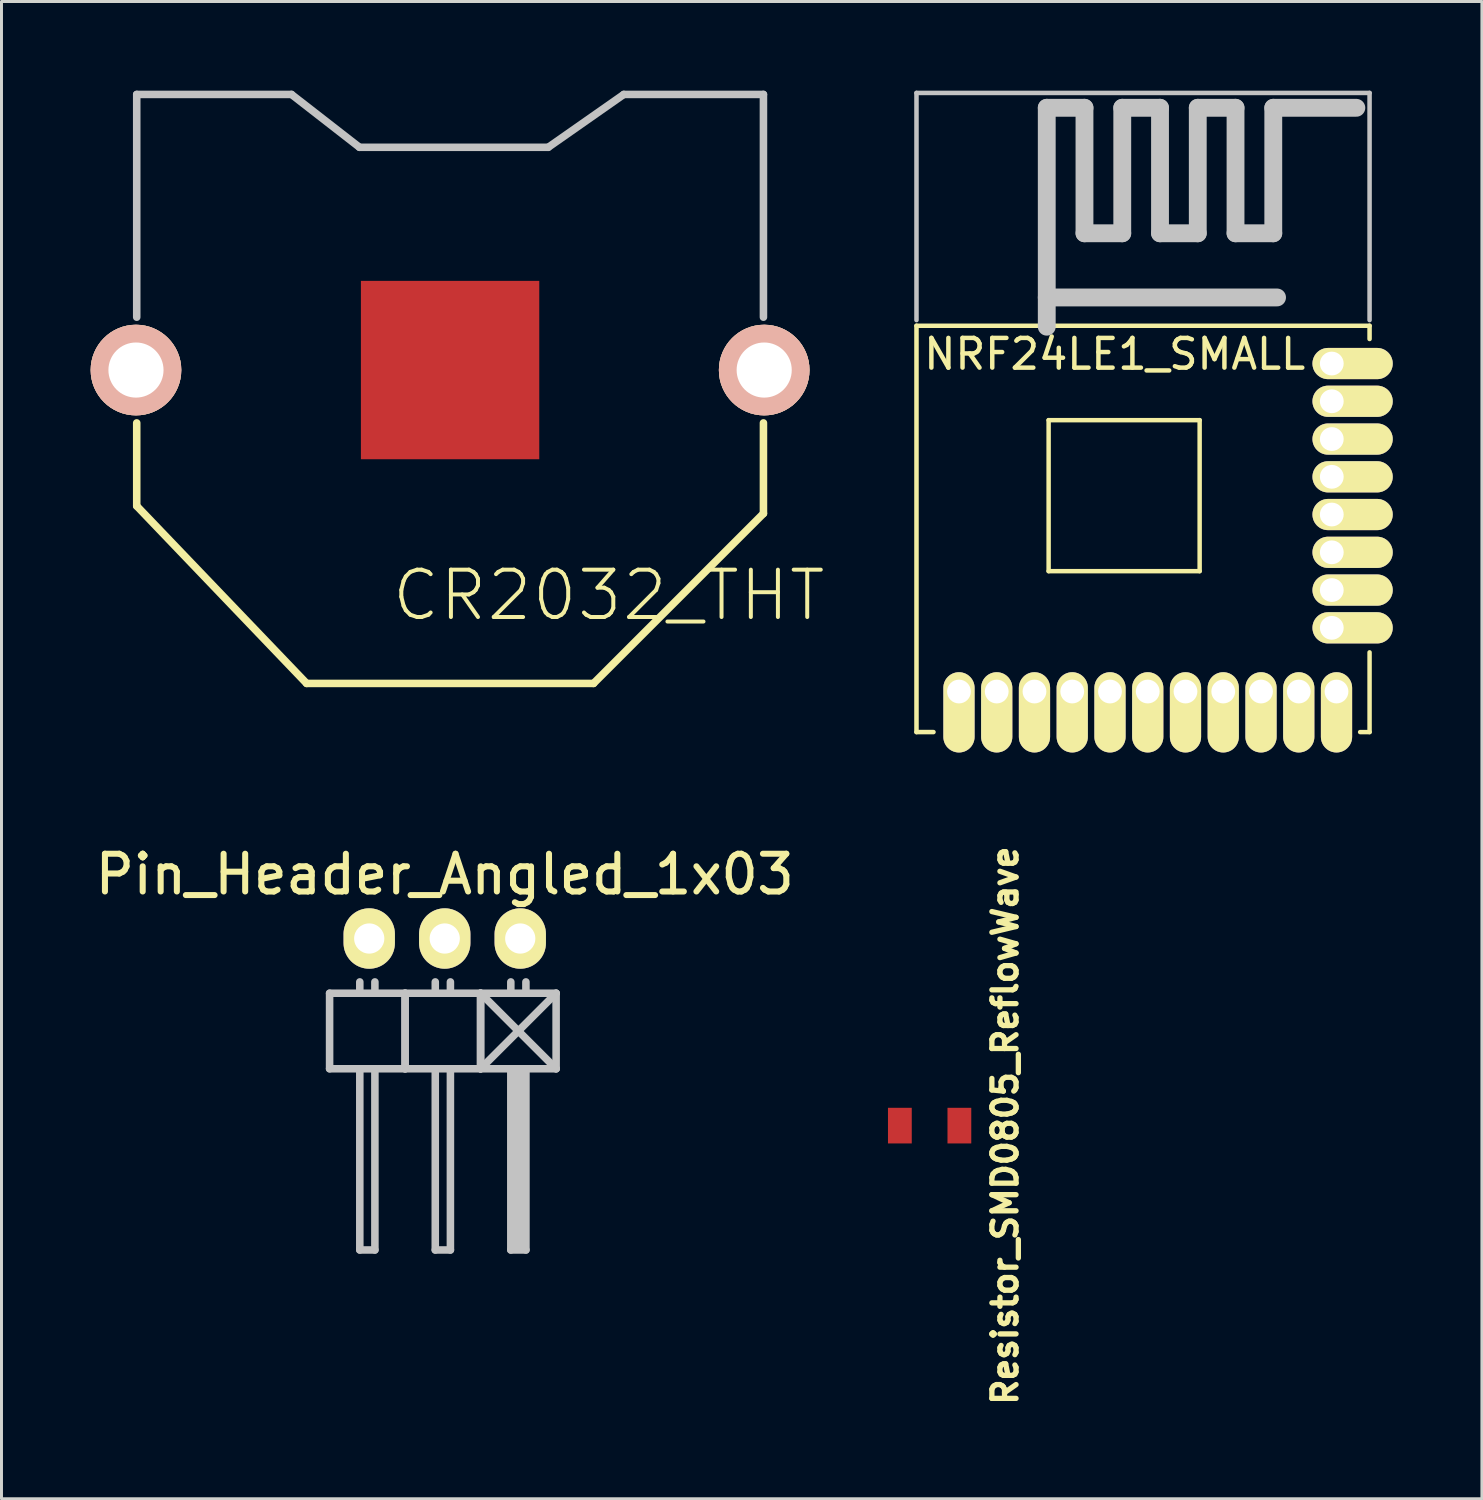
<source format=kicad_pcb>
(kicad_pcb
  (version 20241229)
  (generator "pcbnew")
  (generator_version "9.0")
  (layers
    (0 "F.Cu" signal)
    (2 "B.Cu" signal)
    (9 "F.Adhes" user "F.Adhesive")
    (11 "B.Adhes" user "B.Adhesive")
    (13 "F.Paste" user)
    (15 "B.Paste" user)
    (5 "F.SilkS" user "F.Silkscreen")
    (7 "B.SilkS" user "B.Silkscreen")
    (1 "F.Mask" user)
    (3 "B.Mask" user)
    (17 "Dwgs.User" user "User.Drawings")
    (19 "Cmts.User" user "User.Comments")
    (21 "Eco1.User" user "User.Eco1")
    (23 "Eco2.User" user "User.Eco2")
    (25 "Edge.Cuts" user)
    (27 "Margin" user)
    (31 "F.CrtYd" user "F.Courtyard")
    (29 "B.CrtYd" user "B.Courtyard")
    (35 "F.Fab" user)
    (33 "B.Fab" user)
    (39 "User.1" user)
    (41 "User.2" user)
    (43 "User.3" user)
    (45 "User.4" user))
  (footprint "Resistor_SMD0805_ReflowWave"
    (layer "F.Cu")
    (at 28.221 34.814)
    (property "Reference" "Resistor_SMD0805_ReflowWave" (at 2.54 0 90) (layer "F.SilkS") (effects (font (size 0.813 0.813) (thickness 0.178))))
    (attr smd)
    (pad "1" smd rect (at -1.001 0) (size 0.8 1.199) (layers "F.Cu" "F.Mask" "F.Paste"))
    (pad "2" smd rect (at 1.001 0) (size 0.8 1.199) (layers "F.Cu" "F.Mask" "F.Paste")))
  (footprint "NRF24LE1_SMALL"
    (layer "F.Cu")
    (at 35.717 14.576)
    (property "Reference" "NRF24LE1_SMALL" (at -1.27 -5.715 0) (layer "F.SilkS") (effects (font (size 1 1) (thickness 0.15))))
    (attr through_hole)
    (fp_line (start -7.938 -6.668) (end 7.303 -6.668) (stroke (width 0.15) (type solid)) (layer "F.SilkS"))
    (fp_line (start -7.938 7) (end -7.938 -6.668) (stroke (width 0.152) (type solid)) (layer "F.SilkS"))
    (fp_line (start -7.366 7) (end -7.938 7) (stroke (width 0.152) (type solid)) (layer "F.SilkS"))
    (fp_line (start -3.493 -3.493) (end -3.493 1.587) (stroke (width 0.15) (type solid)) (layer "F.SilkS"))
    (fp_line (start -3.493 1.587) (end 1.587 1.587) (stroke (width 0.15) (type solid)) (layer "F.SilkS"))
    (fp_line (start 1.587 -3.493) (end -3.493 -3.493) (stroke (width 0.15) (type solid)) (layer "F.SilkS"))
    (fp_line (start 1.587 1.587) (end 1.587 -3.493) (stroke (width 0.15) (type solid)) (layer "F.SilkS"))
    (fp_line (start 7.303 -6.668) (end 7.303 -6.223) (stroke (width 0.152) (type solid)) (layer "F.SilkS"))
    (fp_line (start 7.303 4.318) (end 7.303 7) (stroke (width 0.15) (type solid)) (layer "F.SilkS"))
    (fp_line (start 7.303 7) (end 6.985 7) (stroke (width 0.15) (type solid)) (layer "F.SilkS"))
    (fp_line (start -7.938 -14.5) (end 7.303 -14.5) (stroke (width 0.152) (type solid)) (layer "Dwgs.User"))
    (fp_line (start -7.938 -6.858) (end -7.938 -14.5) (stroke (width 0.152) (type solid)) (layer "Dwgs.User"))
    (fp_line (start -3.556 -14) (end -3.556 -6.636) (stroke (width 0.6) (type solid)) (layer "Dwgs.User"))
    (fp_line (start -3.556 -14) (end -2.286 -14) (stroke (width 0.6) (type solid)) (layer "Dwgs.User"))
    (fp_line (start -3.556 -7.62) (end 4.191 -7.62) (stroke (width 0.6) (type solid)) (layer "Dwgs.User"))
    (fp_line (start -2.287 -14) (end -2.287 -9.779) (stroke (width 0.6) (type solid)) (layer "Dwgs.User"))
    (fp_line (start -2.286 -9.779) (end -1.016 -9.779) (stroke (width 0.6) (type solid)) (layer "Dwgs.User"))
    (fp_line (start -1.016 -14) (end -1.016 -9.779) (stroke (width 0.6) (type solid)) (layer "Dwgs.User"))
    (fp_line (start -1.016 -14) (end 0.254 -14) (stroke (width 0.6) (type solid)) (layer "Dwgs.User"))
    (fp_line (start 0.254 -14) (end 0.254 -9.779) (stroke (width 0.6) (type solid)) (layer "Dwgs.User"))
    (fp_line (start 0.254 -9.779) (end 1.524 -9.779) (stroke (width 0.6) (type solid)) (layer "Dwgs.User"))
    (fp_line (start 1.524 -14) (end 2.794 -14) (stroke (width 0.6) (type solid)) (layer "Dwgs.User"))
    (fp_line (start 1.524 -9.779) (end 1.524 -14) (stroke (width 0.6) (type solid)) (layer "Dwgs.User"))
    (fp_line (start 2.794 -14) (end 2.794 -9.779) (stroke (width 0.6) (type solid)) (layer "Dwgs.User"))
    (fp_line (start 2.794 -9.779) (end 4.064 -9.779) (stroke (width 0.6) (type solid)) (layer "Dwgs.User"))
    (fp_line (start 4.064 -14) (end 6.858 -14) (stroke (width 0.6) (type solid)) (layer "Dwgs.User"))
    (fp_line (start 4.064 -9.779) (end 4.064 -14) (stroke (width 0.6) (type solid)) (layer "Dwgs.User"))
    (fp_line (start 7.303 -14.5) (end 7.303 -6.858) (stroke (width 0.152) (type solid)) (layer "Dwgs.User"))
    (pad "1" thru_hole oval (at -6.509 5.636) (size 1.05 2.7) (drill 0.8 (offset 0 0.7)) (layers "*.Cu" "*.Mask" "F.SilkS"))
    (pad "2" thru_hole oval (at -5.239 5.636) (size 1.05 2.7) (drill 0.8 (offset 0 0.7)) (layers "*.Cu" "*.Mask" "F.SilkS"))
    (pad "3" thru_hole oval (at -3.969 5.636) (size 1.05 2.7) (drill 0.8 (offset 0 0.7)) (layers "*.Cu" "*.Mask" "F.SilkS"))
    (pad "4" thru_hole oval (at -2.699 5.636) (size 1.05 2.7) (drill 0.8 (offset 0 0.7)) (layers "*.Cu" "*.Mask" "F.SilkS"))
    (pad "5" thru_hole oval (at -1.429 5.636) (size 1.05 2.7) (drill 0.8 (offset 0 0.7)) (layers "*.Cu" "*.Mask" "F.SilkS"))
    (pad "6" thru_hole oval (at -0.159 5.636) (size 1.05 2.7) (drill 0.8 (offset 0 0.7)) (layers "*.Cu" "*.Mask" "F.SilkS"))
    (pad "7" thru_hole oval (at 1.111 5.636) (size 1.05 2.7) (drill 0.8 (offset 0 0.7)) (layers "*.Cu" "*.Mask" "F.SilkS"))
    (pad "8" thru_hole oval (at 2.381 5.636) (size 1.05 2.7) (drill 0.8 (offset 0 0.7)) (layers "*.Cu" "*.Mask" "F.SilkS"))
    (pad "9" thru_hole oval (at 3.651 5.636) (size 1.05 2.7) (drill 0.8 (offset 0 0.7)) (layers "*.Cu" "*.Mask" "F.SilkS"))
    (pad "10" thru_hole oval (at 4.921 5.636) (size 1.05 2.7) (drill 0.8 (offset 0 0.7)) (layers "*.Cu" "*.Mask" "F.SilkS"))
    (pad "11" thru_hole oval (at 6.191 5.636) (size 1.05 2.7) (drill 0.8 (offset 0 0.7)) (layers "*.Cu" "*.Mask" "F.SilkS"))
    (pad "12" thru_hole oval (at 6.032 3.493 90) (size 1.05 2.7) (drill 0.8 (offset 0 0.7)) (layers "*.Cu" "*.Mask" "F.SilkS"))
    (pad "13" thru_hole oval (at 6.032 2.223 90) (size 1.05 2.7) (drill 0.8 (offset 0 0.7)) (layers "*.Cu" "*.Mask" "F.SilkS"))
    (pad "14" thru_hole oval (at 6.032 0.953 90) (size 1.05 2.7) (drill 0.8 (offset 0 0.7)) (layers "*.Cu" "*.Mask" "F.SilkS"))
    (pad "15" thru_hole oval (at 6.032 -0.318 90) (size 1.05 2.7) (drill 0.8 (offset 0 0.7)) (layers "*.Cu" "*.Mask" "F.SilkS"))
    (pad "16" thru_hole oval (at 6.032 -1.587 90) (size 1.05 2.7) (drill 0.8 (offset 0 0.7)) (layers "*.Cu" "*.Mask" "F.SilkS"))
    (pad "17" thru_hole oval (at 6.032 -2.857 90) (size 1.05 2.7) (drill 0.8 (offset 0 0.7)) (layers "*.Cu" "*.Mask" "F.SilkS"))
    (pad "18" thru_hole oval (at 6.032 -4.128 90) (size 1.05 2.7) (drill 0.8 (offset 0 0.7)) (layers "*.Cu" "*.Mask" "F.SilkS"))
    (pad "19" thru_hole oval (at 6.032 -5.397 90) (size 1.05 2.7) (drill 0.8 (offset 0 0.7)) (layers "*.Cu" "*.Mask" "F.SilkS")))
  (footprint "Pin_Header_Angled_1x03"
    (layer "F.Cu")
    (at 11.91 28.52)
    (property "Reference" "Pin_Header_Angled_1x03" (at 0 -2.159 0) (layer "F.SilkS") (effects (font (size 1.27 1.27) (thickness 0.203))))
    (attr through_hole)
    (fp_line (start -3.873 1.841) (end -3.873 4.381) (stroke (width 0.254) (type solid)) (layer "Dwgs.User"))
    (fp_line (start -3.873 4.381) (end -1.333 4.381) (stroke (width 0.254) (type solid)) (layer "Dwgs.User"))
    (fp_line (start -2.857 1.841) (end -2.857 1.46) (stroke (width 0.254) (type solid)) (layer "Dwgs.User"))
    (fp_line (start -2.857 10.477) (end -2.857 4.381) (stroke (width 0.254) (type solid)) (layer "Dwgs.User"))
    (fp_line (start -2.349 1.841) (end -2.349 1.46) (stroke (width 0.254) (type solid)) (layer "Dwgs.User"))
    (fp_line (start -2.349 4.381) (end -2.349 10.477) (stroke (width 0.254) (type solid)) (layer "Dwgs.User"))
    (fp_line (start -2.349 10.477) (end -2.857 10.477) (stroke (width 0.254) (type solid)) (layer "Dwgs.User"))
    (fp_line (start -1.333 1.841) (end -3.873 1.841) (stroke (width 0.254) (type solid)) (layer "Dwgs.User"))
    (fp_line (start -1.333 1.841) (end -1.333 4.381) (stroke (width 0.254) (type solid)) (layer "Dwgs.User"))
    (fp_line (start -1.333 1.841) (end -1.333 4.381) (stroke (width 0.254) (type solid)) (layer "Dwgs.User"))
    (fp_line (start -1.333 4.381) (end 1.206 4.381) (stroke (width 0.254) (type solid)) (layer "Dwgs.User"))
    (fp_line (start -0.318 1.841) (end -0.318 1.46) (stroke (width 0.254) (type solid)) (layer "Dwgs.User"))
    (fp_line (start -0.318 10.477) (end -0.318 4.381) (stroke (width 0.254) (type solid)) (layer "Dwgs.User"))
    (fp_line (start 0.191 1.841) (end 0.191 1.46) (stroke (width 0.254) (type solid)) (layer "Dwgs.User"))
    (fp_line (start 0.191 4.381) (end 0.191 10.477) (stroke (width 0.254) (type solid)) (layer "Dwgs.User"))
    (fp_line (start 0.191 10.477) (end -0.318 10.477) (stroke (width 0.254) (type solid)) (layer "Dwgs.User"))
    (fp_line (start 1.206 1.841) (end -1.333 1.841) (stroke (width 0.254) (type solid)) (layer "Dwgs.User"))
    (fp_line (start 1.206 1.841) (end 1.206 4.381) (stroke (width 0.254) (type solid)) (layer "Dwgs.User"))
    (fp_line (start 1.206 1.841) (end 1.206 4.381) (stroke (width 0.254) (type solid)) (layer "Dwgs.User"))
    (fp_line (start 1.206 4.381) (end 3.747 1.841) (stroke (width 0.254) (type solid)) (layer "Dwgs.User"))
    (fp_line (start 1.206 4.381) (end 3.747 4.381) (stroke (width 0.254) (type solid)) (layer "Dwgs.User"))
    (fp_line (start 2.223 1.841) (end 2.223 1.46) (stroke (width 0.254) (type solid)) (layer "Dwgs.User"))
    (fp_line (start 2.223 10.477) (end 2.223 4.381) (stroke (width 0.254) (type solid)) (layer "Dwgs.User"))
    (fp_line (start 2.349 4.508) (end 2.477 4.508) (stroke (width 0.254) (type solid)) (layer "Dwgs.User"))
    (fp_line (start 2.349 10.351) (end 2.349 4.508) (stroke (width 0.254) (type solid)) (layer "Dwgs.User"))
    (fp_line (start 2.477 4.508) (end 2.477 10.351) (stroke (width 0.254) (type solid)) (layer "Dwgs.User"))
    (fp_line (start 2.603 4.508) (end 2.603 10.351) (stroke (width 0.254) (type solid)) (layer "Dwgs.User"))
    (fp_line (start 2.603 10.351) (end 2.349 10.351) (stroke (width 0.254) (type solid)) (layer "Dwgs.User"))
    (fp_line (start 2.731 1.841) (end 2.731 1.46) (stroke (width 0.254) (type solid)) (layer "Dwgs.User"))
    (fp_line (start 2.731 4.381) (end 2.731 10.477) (stroke (width 0.254) (type solid)) (layer "Dwgs.User"))
    (fp_line (start 2.731 10.477) (end 2.223 10.477) (stroke (width 0.254) (type solid)) (layer "Dwgs.User"))
    (fp_line (start 3.747 1.841) (end 1.206 1.841) (stroke (width 0.254) (type solid)) (layer "Dwgs.User"))
    (fp_line (start 3.747 1.841) (end 3.747 4.381) (stroke (width 0.254) (type solid)) (layer "Dwgs.User"))
    (fp_line (start 3.747 4.381) (end 1.206 1.841) (stroke (width 0.254) (type solid)) (layer "Dwgs.User"))
    (pad "1" thru_hole oval (at -2.54 0) (size 1.727 2.032) (drill 1.016) (layers "*.Cu" "*.Mask" "F.SilkS"))
    (pad "2" thru_hole oval (at 0 0) (size 1.727 2.032) (drill 1.016) (layers "*.Cu" "*.Mask" "F.SilkS"))
    (pad "3" thru_hole oval (at 2.54 0) (size 1.727 2.032) (drill 1.016) (layers "*.Cu" "*.Mask" "F.SilkS")))
  (footprint "CR2032_THT"
    (layer "F.Cu")
    (at 12.09 9.398)
    (property "Reference" "CR2032_THT" (at -2.032 8.509 0) (layer "F.SilkS") (effects (font (size 1.593 1.593) (thickness 0.134)) (justify left bottom)))
    (attr through_hole)
    (fp_line (start -10.541 1.778) (end -10.541 4.572) (stroke (width 0.254) (type solid)) (layer "F.SilkS"))
    (fp_line (start -10.541 4.572) (end -4.826 10.541) (stroke (width 0.254) (type solid)) (layer "F.SilkS"))
    (fp_line (start -4.826 10.541) (end 4.826 10.541) (stroke (width 0.254) (type solid)) (layer "F.SilkS"))
    (fp_line (start 4.826 10.541) (end 10.541 4.826) (stroke (width 0.254) (type solid)) (layer "F.SilkS"))
    (fp_line (start 10.541 4.826) (end 10.541 1.778) (stroke (width 0.254) (type solid)) (layer "F.SilkS"))
    (fp_line (start -10.541 -9.271) (end -10.541 -1.778) (stroke (width 0.254) (type solid)) (layer "Dwgs.User"))
    (fp_line (start -5.334 -9.271) (end -10.541 -9.271) (stroke (width 0.254) (type solid)) (layer "Dwgs.User"))
    (fp_line (start -5.334 -9.271) (end -3.048 -7.493) (stroke (width 0.254) (type solid)) (layer "Dwgs.User"))
    (fp_line (start 3.302 -7.493) (end -3.048 -7.493) (stroke (width 0.254) (type solid)) (layer "Dwgs.User"))
    (fp_line (start 3.302 -7.493) (end 5.842 -9.271) (stroke (width 0.254) (type solid)) (layer "Dwgs.User"))
    (fp_line (start 10.541 -9.271) (end 5.842 -9.271) (stroke (width 0.254) (type solid)) (layer "Dwgs.User"))
    (fp_line (start 10.541 -1.778) (end 10.541 -9.271) (stroke (width 0.254) (type solid)) (layer "Dwgs.User"))
    (pad "0" thru_hole circle (at -10.566 0) (size 3.048 3.048) (drill 1.854) (layers "*.Cu" "*.SilkS" "*.Mask"))
    (pad "1" thru_hole circle (at 10.566 0) (size 3.048 3.048) (drill 1.854) (layers "*.Cu" "*.SilkS" "*.Mask"))
    (pad "2" smd rect (at 0 0) (size 6 6) (layers "F.Cu" "F.Mask" "F.Paste")))
  (gr_rect
    (start -3 -3)
    (end 46.799 47.366)
    (stroke (width 0.1) (type default))
    (fill no)
    (layer "Edge.Cuts")))
</source>
